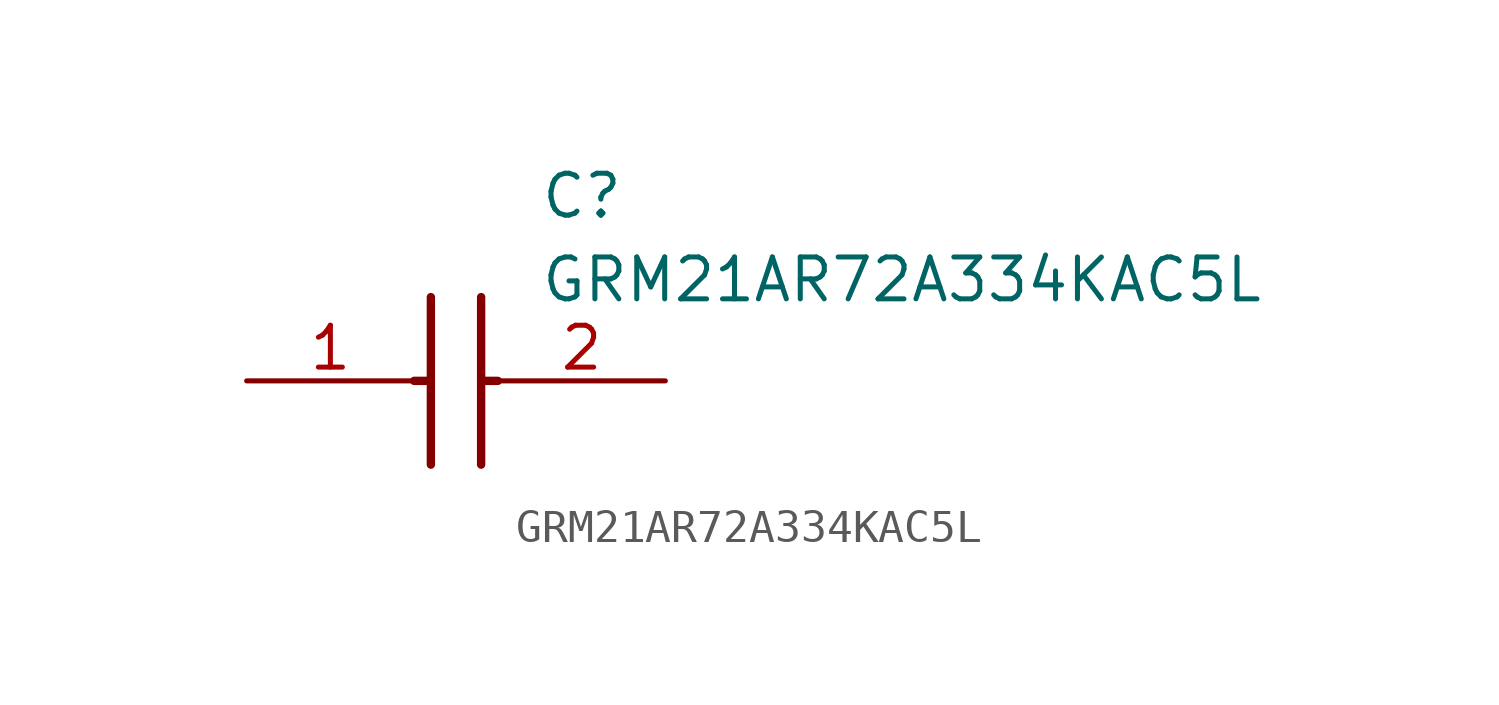
<source format=kicad_sym>
(kicad_symbol_lib
  (version 20211014)
  (generator SamacSys_ECAD_Model)
  (symbol "GRM21AR72A334KAC5L"
    (pin_names hide)
    (property "Reference" "C"
      (at 8.89 6.35 0)
      (effects (font (size 1.27 1.27)) (justify left top)))
    (property "Value" "GRM21AR72A334KAC5L"
      (at 8.89 3.81 0)
      (effects (font (size 1.27 1.27)) (justify left top)))
    (polyline
      (pts (xy 5.588 2.54) (xy 5.588 -2.54))
      (stroke (width 0.254) (type default))
      (fill (type none)))
    (polyline
      (pts (xy 7.112 2.54) (xy 7.112 -2.54))
      (stroke (width 0.254) (type default))
      (fill (type none)))
    (polyline
      (pts (xy 5.08 0) (xy 5.588 0))
      (stroke (width 0.254) (type default))
      (fill (type none)))
    (polyline
      (pts (xy 7.112 0) (xy 7.62 0))
      (stroke (width 0.254) (type default))
      (fill (type none)))
    (pin passive line
      (at 0 0 0)
      (length 5.08)
      (name "1" (effects (font (size 1.27 1.27))))
      (number "1" (effects (font (size 1.27 1.27)))))
    (pin passive line
      (at 12.7 0 180)
      (length 5.08)
      (name "2" (effects (font (size 1.27 1.27))))
      (number "2" (effects (font (size 1.27 1.27)))))))
</source>
